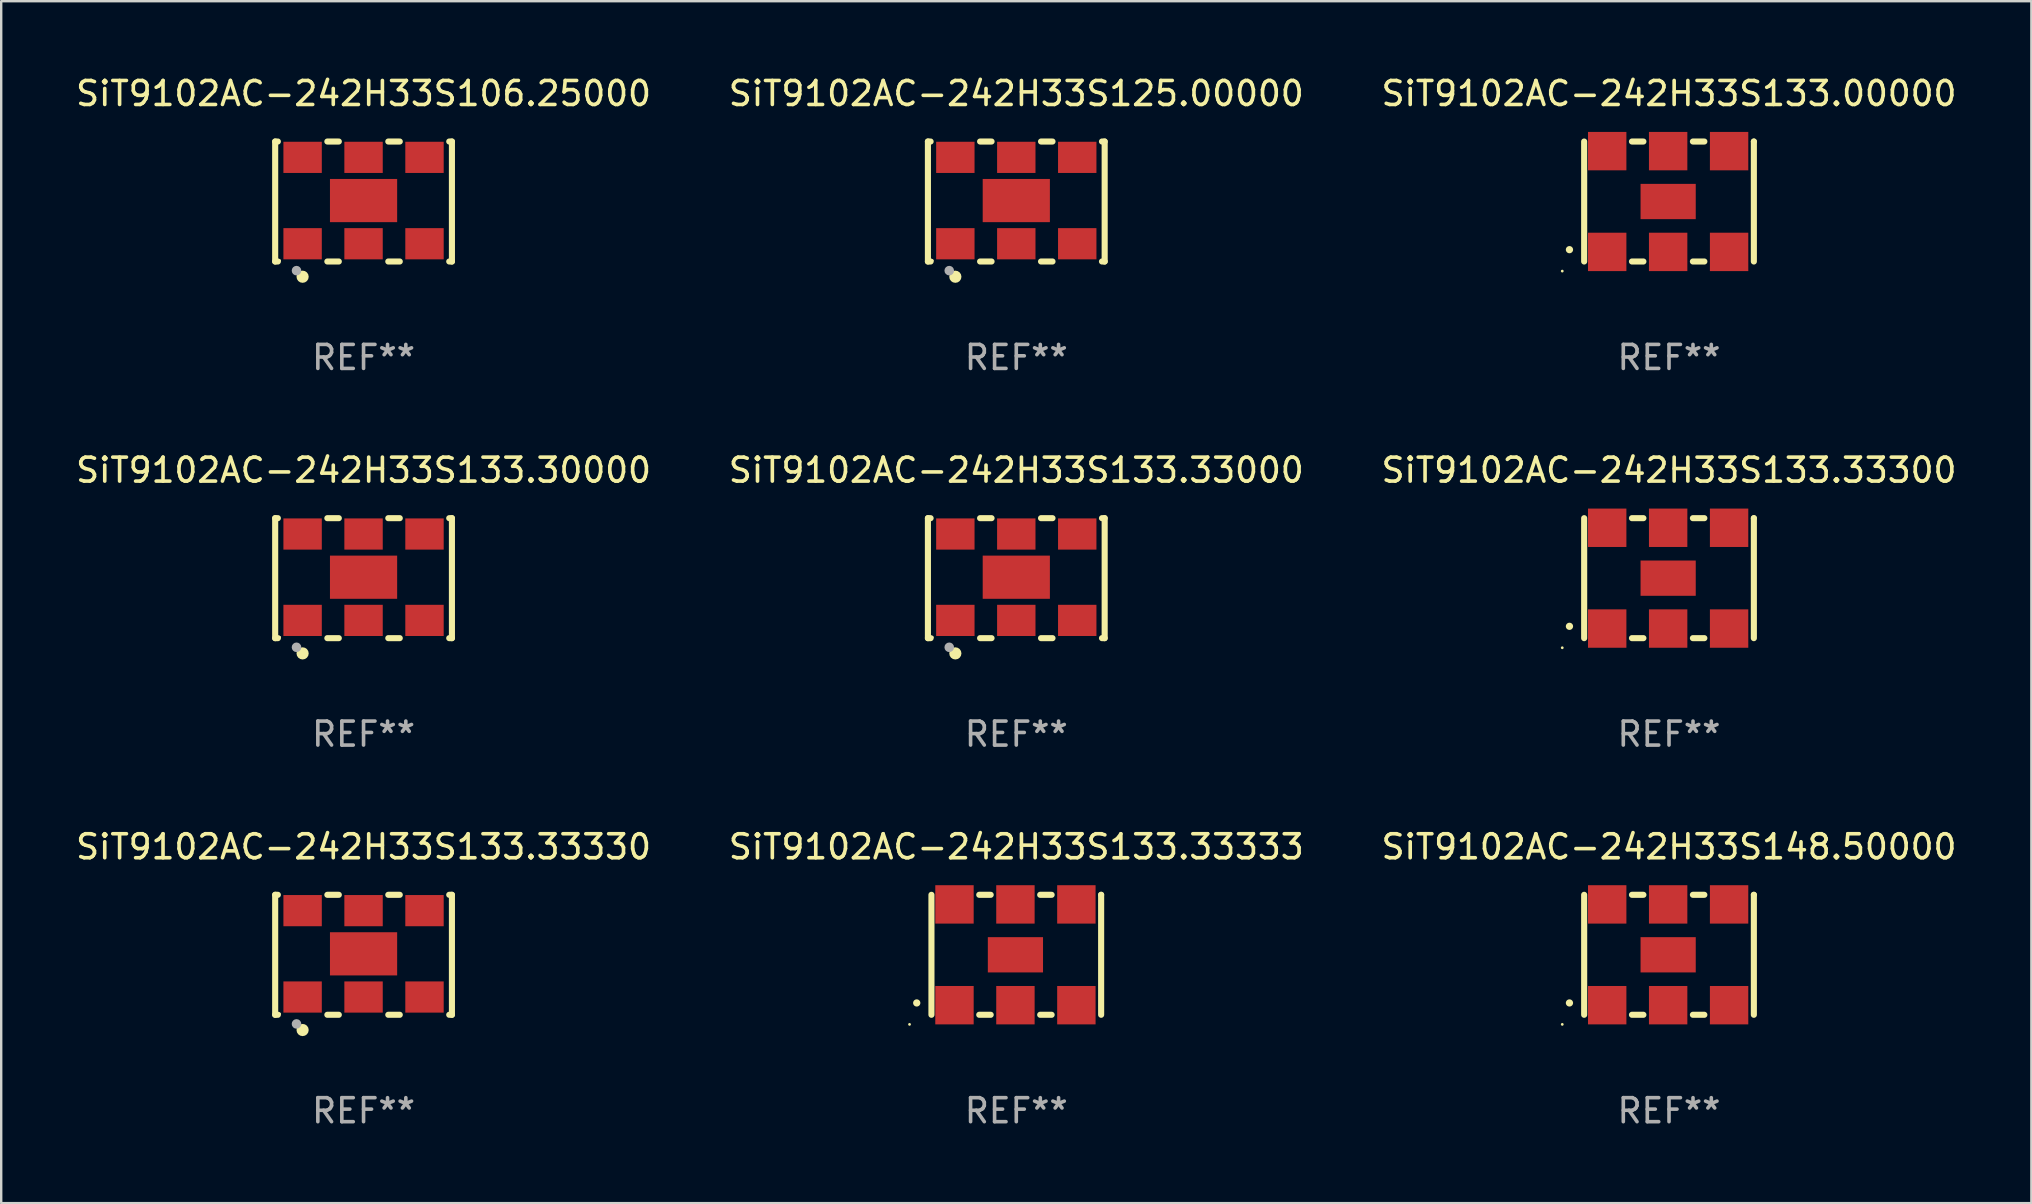
<source format=kicad_pcb>
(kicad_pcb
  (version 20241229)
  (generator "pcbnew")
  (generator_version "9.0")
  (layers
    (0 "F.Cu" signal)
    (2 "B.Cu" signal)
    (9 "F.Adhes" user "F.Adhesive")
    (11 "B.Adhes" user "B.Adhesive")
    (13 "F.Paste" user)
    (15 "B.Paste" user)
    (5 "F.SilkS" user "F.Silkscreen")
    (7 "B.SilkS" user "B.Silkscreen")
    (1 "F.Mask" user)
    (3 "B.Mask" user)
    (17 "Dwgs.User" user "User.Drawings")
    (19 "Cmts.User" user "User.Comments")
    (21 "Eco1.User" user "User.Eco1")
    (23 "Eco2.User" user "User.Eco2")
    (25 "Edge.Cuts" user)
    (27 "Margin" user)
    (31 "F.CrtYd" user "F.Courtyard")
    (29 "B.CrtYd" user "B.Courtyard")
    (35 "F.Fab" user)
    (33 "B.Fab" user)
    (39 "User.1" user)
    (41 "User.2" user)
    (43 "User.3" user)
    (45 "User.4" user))
  (footprint "SiT9102AC-242H33S125.00000"
    (layer "F.Cu")
    (at 39.304 5.348)
    (property "Reference" "SiT9102AC-242H33S125.00000" (at 0 -4.5 0) (layer "F.SilkS") (effects (font (size 1 1) (thickness 0.15))))
    (attr through_hole)
    (fp_line (start -3.683 -2.5) (end -3.571 -2.5) (stroke (width 0.254) (type solid)) (layer "F.SilkS"))
    (fp_line (start -3.683 2.5) (end -3.683 -2.5) (stroke (width 0.254) (type solid)) (layer "F.SilkS"))
    (fp_line (start -3.683 2.5) (end -3.571 2.5) (stroke (width 0.254) (type solid)) (layer "F.SilkS"))
    (fp_line (start -1.509 -2.5) (end -1.031 -2.5) (stroke (width 0.254) (type solid)) (layer "F.SilkS"))
    (fp_line (start -1.509 2.5) (end -1.031 2.5) (stroke (width 0.254) (type solid)) (layer "F.SilkS"))
    (fp_line (start 1.031 -2.5) (end 1.509 -2.5) (stroke (width 0.254) (type solid)) (layer "F.SilkS"))
    (fp_line (start 1.031 2.5) (end 1.509 2.5) (stroke (width 0.254) (type solid)) (layer "F.SilkS"))
    (fp_line (start 3.571 -2.5) (end 3.683 -2.5) (stroke (width 0.254) (type solid)) (layer "F.SilkS"))
    (fp_line (start 3.571 2.5) (end 3.683 2.5) (stroke (width 0.254) (type solid)) (layer "F.SilkS"))
    (fp_line (start 3.683 2.5) (end 3.683 -2.5) (stroke (width 0.254) (type solid)) (layer "F.SilkS"))
    (fp_circle (center -3.5 2.46) (end -3.47 2.46) (stroke (width 0.06) (type solid)) (fill no) (layer "F.SilkS"))
    (fp_circle (center -2.54 3.135) (end -2.413 3.135) (stroke (width 0.254) (type solid)) (fill no) (layer "F.SilkS"))
    (fp_circle (center -2.794 2.881) (end -2.694 2.881) (stroke (width 0.2) (type solid)) (fill no) (layer "F.Fab"))
    (fp_text user "REF**" (at 0 6.5 0) (layer "F.Fab") (effects (font (size 1 1) (thickness 0.15))))
    (pad "1" smd rect (at -2.54 1.76) (size 1.6 1.3) (layers "F.Cu" "F.Mask" "F.Paste"))
    (pad "2" smd rect (at 0 1.76) (size 1.6 1.3) (layers "F.Cu" "F.Mask" "F.Paste"))
    (pad "3" smd rect (at 2.54 1.76) (size 1.6 1.3) (layers "F.Cu" "F.Mask" "F.Paste"))
    (pad "4" smd rect (at 2.54 -1.84) (size 1.6 1.3) (layers "F.Cu" "F.Mask" "F.Paste"))
    (pad "5" smd rect (at 0 -1.84) (size 1.6 1.3) (layers "F.Cu" "F.Mask" "F.Paste"))
    (pad "6" smd rect (at -2.54 -1.84) (size 1.6 1.3) (layers "F.Cu" "F.Mask" "F.Paste"))
    (pad "7" smd rect (at 0 -0.04) (size 2.8 1.8) (layers "F.Cu" "F.Mask" "F.Paste")))
  (footprint "SiT9102AC-242H33S148.50000"
    (layer "F.Cu")
    (at 66.506 36.741)
    (property "Reference" "SiT9102AC-242H33S148.50000" (at 0 -4.5 0) (layer "F.SilkS") (effects (font (size 1 1) (thickness 0.15))))
    (attr through_hole)
    (fp_line (start -3.536 -2.5) (end -3.536 2.5) (stroke (width 0.254) (type solid)) (layer "F.SilkS"))
    (fp_line (start -1.544 2.5) (end -1.067 2.5) (stroke (width 0.254) (type solid)) (layer "F.SilkS"))
    (fp_line (start -1.067 -2.5) (end -1.544 -2.5) (stroke (width 0.254) (type solid)) (layer "F.SilkS"))
    (fp_line (start 0.996 2.5) (end 1.473 2.5) (stroke (width 0.254) (type solid)) (layer "F.SilkS"))
    (fp_line (start 1.473 -2.5) (end 0.996 -2.5) (stroke (width 0.254) (type solid)) (layer "F.SilkS"))
    (fp_line (start 3.536 -2.5) (end 3.536 -2.5) (stroke (width 0.254) (type solid)) (layer "F.SilkS"))
    (fp_line (start 3.536 2.5) (end 3.536 -2.5) (stroke (width 0.254) (type solid)) (layer "F.SilkS"))
    (fp_arc (start -4.150432 2.006604) (mid -4.149162 2.006599) (end -4.147892 2.006604) (stroke (width 0.3) (type solid)) (layer "F.SilkS"))
    (fp_circle (center -4.449 2.9) (end -4.419 2.9) (stroke (width 0.06) (type solid)) (fill no) (layer "F.SilkS"))
    (fp_text user "REF**" (at 0 6.5 0) (layer "F.Fab") (effects (font (size 1 1) (thickness 0.15))))
    (pad "1" smd rect (at -2.576 2.1) (size 1.6 1.6) (layers "F.Cu" "F.Mask" "F.Paste"))
    (pad "2" smd rect (at -0.036 2.1) (size 1.6 1.6) (layers "F.Cu" "F.Mask" "F.Paste"))
    (pad "3" smd rect (at 2.504 2.1) (size 1.6 1.6) (layers "F.Cu" "F.Mask" "F.Paste"))
    (pad "4" smd rect (at 2.504 -2.1) (size 1.6 1.6) (layers "F.Cu" "F.Mask" "F.Paste"))
    (pad "5" smd rect (at -0.036 -2.1) (size 1.6 1.6) (layers "F.Cu" "F.Mask" "F.Paste"))
    (pad "6" smd rect (at -2.576 -2.1) (size 1.6 1.6) (layers "F.Cu" "F.Mask" "F.Paste"))
    (pad "7" smd rect (at -0.036 0) (size 2.3 1.47) (layers "F.Cu" "F.Mask" "F.Paste")))
  (footprint "SiT9102AC-242H33S133.33333"
    (layer "F.Cu")
    (at 39.304 36.741)
    (property "Reference" "SiT9102AC-242H33S133.33333" (at 0 -4.5 0) (layer "F.SilkS") (effects (font (size 1 1) (thickness 0.15))))
    (attr through_hole)
    (fp_line (start -3.536 -2.5) (end -3.536 2.5) (stroke (width 0.254) (type solid)) (layer "F.SilkS"))
    (fp_line (start -1.544 2.5) (end -1.067 2.5) (stroke (width 0.254) (type solid)) (layer "F.SilkS"))
    (fp_line (start -1.067 -2.5) (end -1.544 -2.5) (stroke (width 0.254) (type solid)) (layer "F.SilkS"))
    (fp_line (start 0.996 2.5) (end 1.473 2.5) (stroke (width 0.254) (type solid)) (layer "F.SilkS"))
    (fp_line (start 1.473 -2.5) (end 0.996 -2.5) (stroke (width 0.254) (type solid)) (layer "F.SilkS"))
    (fp_line (start 3.536 -2.5) (end 3.536 -2.5) (stroke (width 0.254) (type solid)) (layer "F.SilkS"))
    (fp_line (start 3.536 2.5) (end 3.536 -2.5) (stroke (width 0.254) (type solid)) (layer "F.SilkS"))
    (fp_arc (start -4.150432 2.006604) (mid -4.149162 2.006599) (end -4.147892 2.006604) (stroke (width 0.3) (type solid)) (layer "F.SilkS"))
    (fp_circle (center -4.449 2.9) (end -4.419 2.9) (stroke (width 0.06) (type solid)) (fill no) (layer "F.SilkS"))
    (fp_text user "REF**" (at 0 6.5 0) (layer "F.Fab") (effects (font (size 1 1) (thickness 0.15))))
    (pad "1" smd rect (at -2.576 2.1) (size 1.6 1.6) (layers "F.Cu" "F.Mask" "F.Paste"))
    (pad "2" smd rect (at -0.036 2.1) (size 1.6 1.6) (layers "F.Cu" "F.Mask" "F.Paste"))
    (pad "3" smd rect (at 2.504 2.1) (size 1.6 1.6) (layers "F.Cu" "F.Mask" "F.Paste"))
    (pad "4" smd rect (at 2.504 -2.1) (size 1.6 1.6) (layers "F.Cu" "F.Mask" "F.Paste"))
    (pad "5" smd rect (at -0.036 -2.1) (size 1.6 1.6) (layers "F.Cu" "F.Mask" "F.Paste"))
    (pad "6" smd rect (at -2.576 -2.1) (size 1.6 1.6) (layers "F.Cu" "F.Mask" "F.Paste"))
    (pad "7" smd rect (at -0.036 0) (size 2.3 1.47) (layers "F.Cu" "F.Mask" "F.Paste")))
  (footprint "SiT9102AC-242H33S133.00000"
    (layer "F.Cu")
    (at 66.506 5.348)
    (property "Reference" "SiT9102AC-242H33S133.00000" (at 0 -4.5 0) (layer "F.SilkS") (effects (font (size 1 1) (thickness 0.15))))
    (attr through_hole)
    (fp_line (start -3.536 -2.5) (end -3.536 2.5) (stroke (width 0.254) (type solid)) (layer "F.SilkS"))
    (fp_line (start -1.544 2.5) (end -1.067 2.5) (stroke (width 0.254) (type solid)) (layer "F.SilkS"))
    (fp_line (start -1.067 -2.5) (end -1.544 -2.5) (stroke (width 0.254) (type solid)) (layer "F.SilkS"))
    (fp_line (start 0.996 2.5) (end 1.473 2.5) (stroke (width 0.254) (type solid)) (layer "F.SilkS"))
    (fp_line (start 1.473 -2.5) (end 0.996 -2.5) (stroke (width 0.254) (type solid)) (layer "F.SilkS"))
    (fp_line (start 3.536 -2.5) (end 3.536 -2.5) (stroke (width 0.254) (type solid)) (layer "F.SilkS"))
    (fp_line (start 3.536 2.5) (end 3.536 -2.5) (stroke (width 0.254) (type solid)) (layer "F.SilkS"))
    (fp_arc (start -4.150432 2.006604) (mid -4.149162 2.006599) (end -4.147892 2.006604) (stroke (width 0.3) (type solid)) (layer "F.SilkS"))
    (fp_circle (center -4.449 2.9) (end -4.419 2.9) (stroke (width 0.06) (type solid)) (fill no) (layer "F.SilkS"))
    (fp_text user "REF**" (at 0 6.5 0) (layer "F.Fab") (effects (font (size 1 1) (thickness 0.15))))
    (pad "1" smd rect (at -2.576 2.1) (size 1.6 1.6) (layers "F.Cu" "F.Mask" "F.Paste"))
    (pad "2" smd rect (at -0.036 2.1) (size 1.6 1.6) (layers "F.Cu" "F.Mask" "F.Paste"))
    (pad "3" smd rect (at 2.504 2.1) (size 1.6 1.6) (layers "F.Cu" "F.Mask" "F.Paste"))
    (pad "4" smd rect (at 2.504 -2.1) (size 1.6 1.6) (layers "F.Cu" "F.Mask" "F.Paste"))
    (pad "5" smd rect (at -0.036 -2.1) (size 1.6 1.6) (layers "F.Cu" "F.Mask" "F.Paste"))
    (pad "6" smd rect (at -2.576 -2.1) (size 1.6 1.6) (layers "F.Cu" "F.Mask" "F.Paste"))
    (pad "7" smd rect (at -0.036 0) (size 2.3 1.47) (layers "F.Cu" "F.Mask" "F.Paste")))
  (footprint "SiT9102AC-242H33S133.33300"
    (layer "F.Cu")
    (at 66.506 21.045)
    (property "Reference" "SiT9102AC-242H33S133.33300" (at 0 -4.5 0) (layer "F.SilkS") (effects (font (size 1 1) (thickness 0.15))))
    (attr through_hole)
    (fp_line (start -3.536 -2.5) (end -3.536 2.5) (stroke (width 0.254) (type solid)) (layer "F.SilkS"))
    (fp_line (start -1.544 2.5) (end -1.067 2.5) (stroke (width 0.254) (type solid)) (layer "F.SilkS"))
    (fp_line (start -1.067 -2.5) (end -1.544 -2.5) (stroke (width 0.254) (type solid)) (layer "F.SilkS"))
    (fp_line (start 0.996 2.5) (end 1.473 2.5) (stroke (width 0.254) (type solid)) (layer "F.SilkS"))
    (fp_line (start 1.473 -2.5) (end 0.996 -2.5) (stroke (width 0.254) (type solid)) (layer "F.SilkS"))
    (fp_line (start 3.536 -2.5) (end 3.536 -2.5) (stroke (width 0.254) (type solid)) (layer "F.SilkS"))
    (fp_line (start 3.536 2.5) (end 3.536 -2.5) (stroke (width 0.254) (type solid)) (layer "F.SilkS"))
    (fp_arc (start -4.150432 2.006604) (mid -4.149162 2.006599) (end -4.147892 2.006604) (stroke (width 0.3) (type solid)) (layer "F.SilkS"))
    (fp_circle (center -4.449 2.9) (end -4.419 2.9) (stroke (width 0.06) (type solid)) (fill no) (layer "F.SilkS"))
    (fp_text user "REF**" (at 0 6.5 0) (layer "F.Fab") (effects (font (size 1 1) (thickness 0.15))))
    (pad "1" smd rect (at -2.576 2.1) (size 1.6 1.6) (layers "F.Cu" "F.Mask" "F.Paste"))
    (pad "2" smd rect (at -0.036 2.1) (size 1.6 1.6) (layers "F.Cu" "F.Mask" "F.Paste"))
    (pad "3" smd rect (at 2.504 2.1) (size 1.6 1.6) (layers "F.Cu" "F.Mask" "F.Paste"))
    (pad "4" smd rect (at 2.504 -2.1) (size 1.6 1.6) (layers "F.Cu" "F.Mask" "F.Paste"))
    (pad "5" smd rect (at -0.036 -2.1) (size 1.6 1.6) (layers "F.Cu" "F.Mask" "F.Paste"))
    (pad "6" smd rect (at -2.576 -2.1) (size 1.6 1.6) (layers "F.Cu" "F.Mask" "F.Paste"))
    (pad "7" smd rect (at -0.036 0) (size 2.3 1.47) (layers "F.Cu" "F.Mask" "F.Paste")))
  (footprint "SiT9102AC-242H33S133.33000"
    (layer "F.Cu")
    (at 39.304 21.045)
    (property "Reference" "SiT9102AC-242H33S133.33000" (at 0 -4.5 0) (layer "F.SilkS") (effects (font (size 1 1) (thickness 0.15))))
    (attr through_hole)
    (fp_line (start -3.683 -2.5) (end -3.571 -2.5) (stroke (width 0.254) (type solid)) (layer "F.SilkS"))
    (fp_line (start -3.683 2.5) (end -3.683 -2.5) (stroke (width 0.254) (type solid)) (layer "F.SilkS"))
    (fp_line (start -3.683 2.5) (end -3.571 2.5) (stroke (width 0.254) (type solid)) (layer "F.SilkS"))
    (fp_line (start -1.509 -2.5) (end -1.031 -2.5) (stroke (width 0.254) (type solid)) (layer "F.SilkS"))
    (fp_line (start -1.509 2.5) (end -1.031 2.5) (stroke (width 0.254) (type solid)) (layer "F.SilkS"))
    (fp_line (start 1.031 -2.5) (end 1.509 -2.5) (stroke (width 0.254) (type solid)) (layer "F.SilkS"))
    (fp_line (start 1.031 2.5) (end 1.509 2.5) (stroke (width 0.254) (type solid)) (layer "F.SilkS"))
    (fp_line (start 3.571 -2.5) (end 3.683 -2.5) (stroke (width 0.254) (type solid)) (layer "F.SilkS"))
    (fp_line (start 3.571 2.5) (end 3.683 2.5) (stroke (width 0.254) (type solid)) (layer "F.SilkS"))
    (fp_line (start 3.683 2.5) (end 3.683 -2.5) (stroke (width 0.254) (type solid)) (layer "F.SilkS"))
    (fp_circle (center -3.5 2.46) (end -3.47 2.46) (stroke (width 0.06) (type solid)) (fill no) (layer "F.SilkS"))
    (fp_circle (center -2.54 3.135) (end -2.413 3.135) (stroke (width 0.254) (type solid)) (fill no) (layer "F.SilkS"))
    (fp_circle (center -2.794 2.881) (end -2.694 2.881) (stroke (width 0.2) (type solid)) (fill no) (layer "F.Fab"))
    (fp_text user "REF**" (at 0 6.5 0) (layer "F.Fab") (effects (font (size 1 1) (thickness 0.15))))
    (pad "1" smd rect (at -2.54 1.76) (size 1.6 1.3) (layers "F.Cu" "F.Mask" "F.Paste"))
    (pad "2" smd rect (at 0 1.76) (size 1.6 1.3) (layers "F.Cu" "F.Mask" "F.Paste"))
    (pad "3" smd rect (at 2.54 1.76) (size 1.6 1.3) (layers "F.Cu" "F.Mask" "F.Paste"))
    (pad "4" smd rect (at 2.54 -1.84) (size 1.6 1.3) (layers "F.Cu" "F.Mask" "F.Paste"))
    (pad "5" smd rect (at 0 -1.84) (size 1.6 1.3) (layers "F.Cu" "F.Mask" "F.Paste"))
    (pad "6" smd rect (at -2.54 -1.84) (size 1.6 1.3) (layers "F.Cu" "F.Mask" "F.Paste"))
    (pad "7" smd rect (at 0 -0.04) (size 2.8 1.8) (layers "F.Cu" "F.Mask" "F.Paste")))
  (footprint "SiT9102AC-242H33S133.30000"
    (layer "F.Cu")
    (at 12.101 21.045)
    (property "Reference" "SiT9102AC-242H33S133.30000" (at 0 -4.5 0) (layer "F.SilkS") (effects (font (size 1 1) (thickness 0.15))))
    (attr through_hole)
    (fp_line (start -3.683 -2.5) (end -3.571 -2.5) (stroke (width 0.254) (type solid)) (layer "F.SilkS"))
    (fp_line (start -3.683 2.5) (end -3.683 -2.5) (stroke (width 0.254) (type solid)) (layer "F.SilkS"))
    (fp_line (start -3.683 2.5) (end -3.571 2.5) (stroke (width 0.254) (type solid)) (layer "F.SilkS"))
    (fp_line (start -1.509 -2.5) (end -1.031 -2.5) (stroke (width 0.254) (type solid)) (layer "F.SilkS"))
    (fp_line (start -1.509 2.5) (end -1.031 2.5) (stroke (width 0.254) (type solid)) (layer "F.SilkS"))
    (fp_line (start 1.031 -2.5) (end 1.509 -2.5) (stroke (width 0.254) (type solid)) (layer "F.SilkS"))
    (fp_line (start 1.031 2.5) (end 1.509 2.5) (stroke (width 0.254) (type solid)) (layer "F.SilkS"))
    (fp_line (start 3.571 -2.5) (end 3.683 -2.5) (stroke (width 0.254) (type solid)) (layer "F.SilkS"))
    (fp_line (start 3.571 2.5) (end 3.683 2.5) (stroke (width 0.254) (type solid)) (layer "F.SilkS"))
    (fp_line (start 3.683 2.5) (end 3.683 -2.5) (stroke (width 0.254) (type solid)) (layer "F.SilkS"))
    (fp_circle (center -3.5 2.46) (end -3.47 2.46) (stroke (width 0.06) (type solid)) (fill no) (layer "F.SilkS"))
    (fp_circle (center -2.54 3.135) (end -2.413 3.135) (stroke (width 0.254) (type solid)) (fill no) (layer "F.SilkS"))
    (fp_circle (center -2.794 2.881) (end -2.694 2.881) (stroke (width 0.2) (type solid)) (fill no) (layer "F.Fab"))
    (fp_text user "REF**" (at 0 6.5 0) (layer "F.Fab") (effects (font (size 1 1) (thickness 0.15))))
    (pad "1" smd rect (at -2.54 1.76) (size 1.6 1.3) (layers "F.Cu" "F.Mask" "F.Paste"))
    (pad "2" smd rect (at 0 1.76) (size 1.6 1.3) (layers "F.Cu" "F.Mask" "F.Paste"))
    (pad "3" smd rect (at 2.54 1.76) (size 1.6 1.3) (layers "F.Cu" "F.Mask" "F.Paste"))
    (pad "4" smd rect (at 2.54 -1.84) (size 1.6 1.3) (layers "F.Cu" "F.Mask" "F.Paste"))
    (pad "5" smd rect (at 0 -1.84) (size 1.6 1.3) (layers "F.Cu" "F.Mask" "F.Paste"))
    (pad "6" smd rect (at -2.54 -1.84) (size 1.6 1.3) (layers "F.Cu" "F.Mask" "F.Paste"))
    (pad "7" smd rect (at 0 -0.04) (size 2.8 1.8) (layers "F.Cu" "F.Mask" "F.Paste")))
  (footprint "SiT9102AC-242H33S133.33330"
    (layer "F.Cu")
    (at 12.101 36.741)
    (property "Reference" "SiT9102AC-242H33S133.33330" (at 0 -4.5 0) (layer "F.SilkS") (effects (font (size 1 1) (thickness 0.15))))
    (attr through_hole)
    (fp_line (start -3.683 -2.5) (end -3.571 -2.5) (stroke (width 0.254) (type solid)) (layer "F.SilkS"))
    (fp_line (start -3.683 2.5) (end -3.683 -2.5) (stroke (width 0.254) (type solid)) (layer "F.SilkS"))
    (fp_line (start -3.683 2.5) (end -3.571 2.5) (stroke (width 0.254) (type solid)) (layer "F.SilkS"))
    (fp_line (start -1.509 -2.5) (end -1.031 -2.5) (stroke (width 0.254) (type solid)) (layer "F.SilkS"))
    (fp_line (start -1.509 2.5) (end -1.031 2.5) (stroke (width 0.254) (type solid)) (layer "F.SilkS"))
    (fp_line (start 1.031 -2.5) (end 1.509 -2.5) (stroke (width 0.254) (type solid)) (layer "F.SilkS"))
    (fp_line (start 1.031 2.5) (end 1.509 2.5) (stroke (width 0.254) (type solid)) (layer "F.SilkS"))
    (fp_line (start 3.571 -2.5) (end 3.683 -2.5) (stroke (width 0.254) (type solid)) (layer "F.SilkS"))
    (fp_line (start 3.571 2.5) (end 3.683 2.5) (stroke (width 0.254) (type solid)) (layer "F.SilkS"))
    (fp_line (start 3.683 2.5) (end 3.683 -2.5) (stroke (width 0.254) (type solid)) (layer "F.SilkS"))
    (fp_circle (center -3.5 2.46) (end -3.47 2.46) (stroke (width 0.06) (type solid)) (fill no) (layer "F.SilkS"))
    (fp_circle (center -2.54 3.135) (end -2.413 3.135) (stroke (width 0.254) (type solid)) (fill no) (layer "F.SilkS"))
    (fp_circle (center -2.794 2.881) (end -2.694 2.881) (stroke (width 0.2) (type solid)) (fill no) (layer "F.Fab"))
    (fp_text user "REF**" (at 0 6.5 0) (layer "F.Fab") (effects (font (size 1 1) (thickness 0.15))))
    (pad "1" smd rect (at -2.54 1.76) (size 1.6 1.3) (layers "F.Cu" "F.Mask" "F.Paste"))
    (pad "2" smd rect (at 0 1.76) (size 1.6 1.3) (layers "F.Cu" "F.Mask" "F.Paste"))
    (pad "3" smd rect (at 2.54 1.76) (size 1.6 1.3) (layers "F.Cu" "F.Mask" "F.Paste"))
    (pad "4" smd rect (at 2.54 -1.84) (size 1.6 1.3) (layers "F.Cu" "F.Mask" "F.Paste"))
    (pad "5" smd rect (at 0 -1.84) (size 1.6 1.3) (layers "F.Cu" "F.Mask" "F.Paste"))
    (pad "6" smd rect (at -2.54 -1.84) (size 1.6 1.3) (layers "F.Cu" "F.Mask" "F.Paste"))
    (pad "7" smd rect (at 0 -0.04) (size 2.8 1.8) (layers "F.Cu" "F.Mask" "F.Paste")))
  (footprint "SiT9102AC-242H33S106.25000"
    (layer "F.Cu")
    (at 12.101 5.348)
    (property "Reference" "SiT9102AC-242H33S106.25000" (at 0 -4.5 0) (layer "F.SilkS") (effects (font (size 1 1) (thickness 0.15))))
    (attr through_hole)
    (fp_line (start -3.683 -2.5) (end -3.571 -2.5) (stroke (width 0.254) (type solid)) (layer "F.SilkS"))
    (fp_line (start -3.683 2.5) (end -3.683 -2.5) (stroke (width 0.254) (type solid)) (layer "F.SilkS"))
    (fp_line (start -3.683 2.5) (end -3.571 2.5) (stroke (width 0.254) (type solid)) (layer "F.SilkS"))
    (fp_line (start -1.509 -2.5) (end -1.031 -2.5) (stroke (width 0.254) (type solid)) (layer "F.SilkS"))
    (fp_line (start -1.509 2.5) (end -1.031 2.5) (stroke (width 0.254) (type solid)) (layer "F.SilkS"))
    (fp_line (start 1.031 -2.5) (end 1.509 -2.5) (stroke (width 0.254) (type solid)) (layer "F.SilkS"))
    (fp_line (start 1.031 2.5) (end 1.509 2.5) (stroke (width 0.254) (type solid)) (layer "F.SilkS"))
    (fp_line (start 3.571 -2.5) (end 3.683 -2.5) (stroke (width 0.254) (type solid)) (layer "F.SilkS"))
    (fp_line (start 3.571 2.5) (end 3.683 2.5) (stroke (width 0.254) (type solid)) (layer "F.SilkS"))
    (fp_line (start 3.683 2.5) (end 3.683 -2.5) (stroke (width 0.254) (type solid)) (layer "F.SilkS"))
    (fp_circle (center -3.5 2.46) (end -3.47 2.46) (stroke (width 0.06) (type solid)) (fill no) (layer "F.SilkS"))
    (fp_circle (center -2.54 3.135) (end -2.413 3.135) (stroke (width 0.254) (type solid)) (fill no) (layer "F.SilkS"))
    (fp_circle (center -2.794 2.881) (end -2.694 2.881) (stroke (width 0.2) (type solid)) (fill no) (layer "F.Fab"))
    (fp_text user "REF**" (at 0 6.5 0) (layer "F.Fab") (effects (font (size 1 1) (thickness 0.15))))
    (pad "1" smd rect (at -2.54 1.76) (size 1.6 1.3) (layers "F.Cu" "F.Mask" "F.Paste"))
    (pad "2" smd rect (at 0 1.76) (size 1.6 1.3) (layers "F.Cu" "F.Mask" "F.Paste"))
    (pad "3" smd rect (at 2.54 1.76) (size 1.6 1.3) (layers "F.Cu" "F.Mask" "F.Paste"))
    (pad "4" smd rect (at 2.54 -1.84) (size 1.6 1.3) (layers "F.Cu" "F.Mask" "F.Paste"))
    (pad "5" smd rect (at 0 -1.84) (size 1.6 1.3) (layers "F.Cu" "F.Mask" "F.Paste"))
    (pad "6" smd rect (at -2.54 -1.84) (size 1.6 1.3) (layers "F.Cu" "F.Mask" "F.Paste"))
    (pad "7" smd rect (at 0 -0.04) (size 2.8 1.8) (layers "F.Cu" "F.Mask" "F.Paste")))
  (gr_rect
    (start -3 -3)
    (end 81.607 47.09)
    (stroke (width 0.1) (type default))
    (fill no)
    (layer "Edge.Cuts")))
</source>
